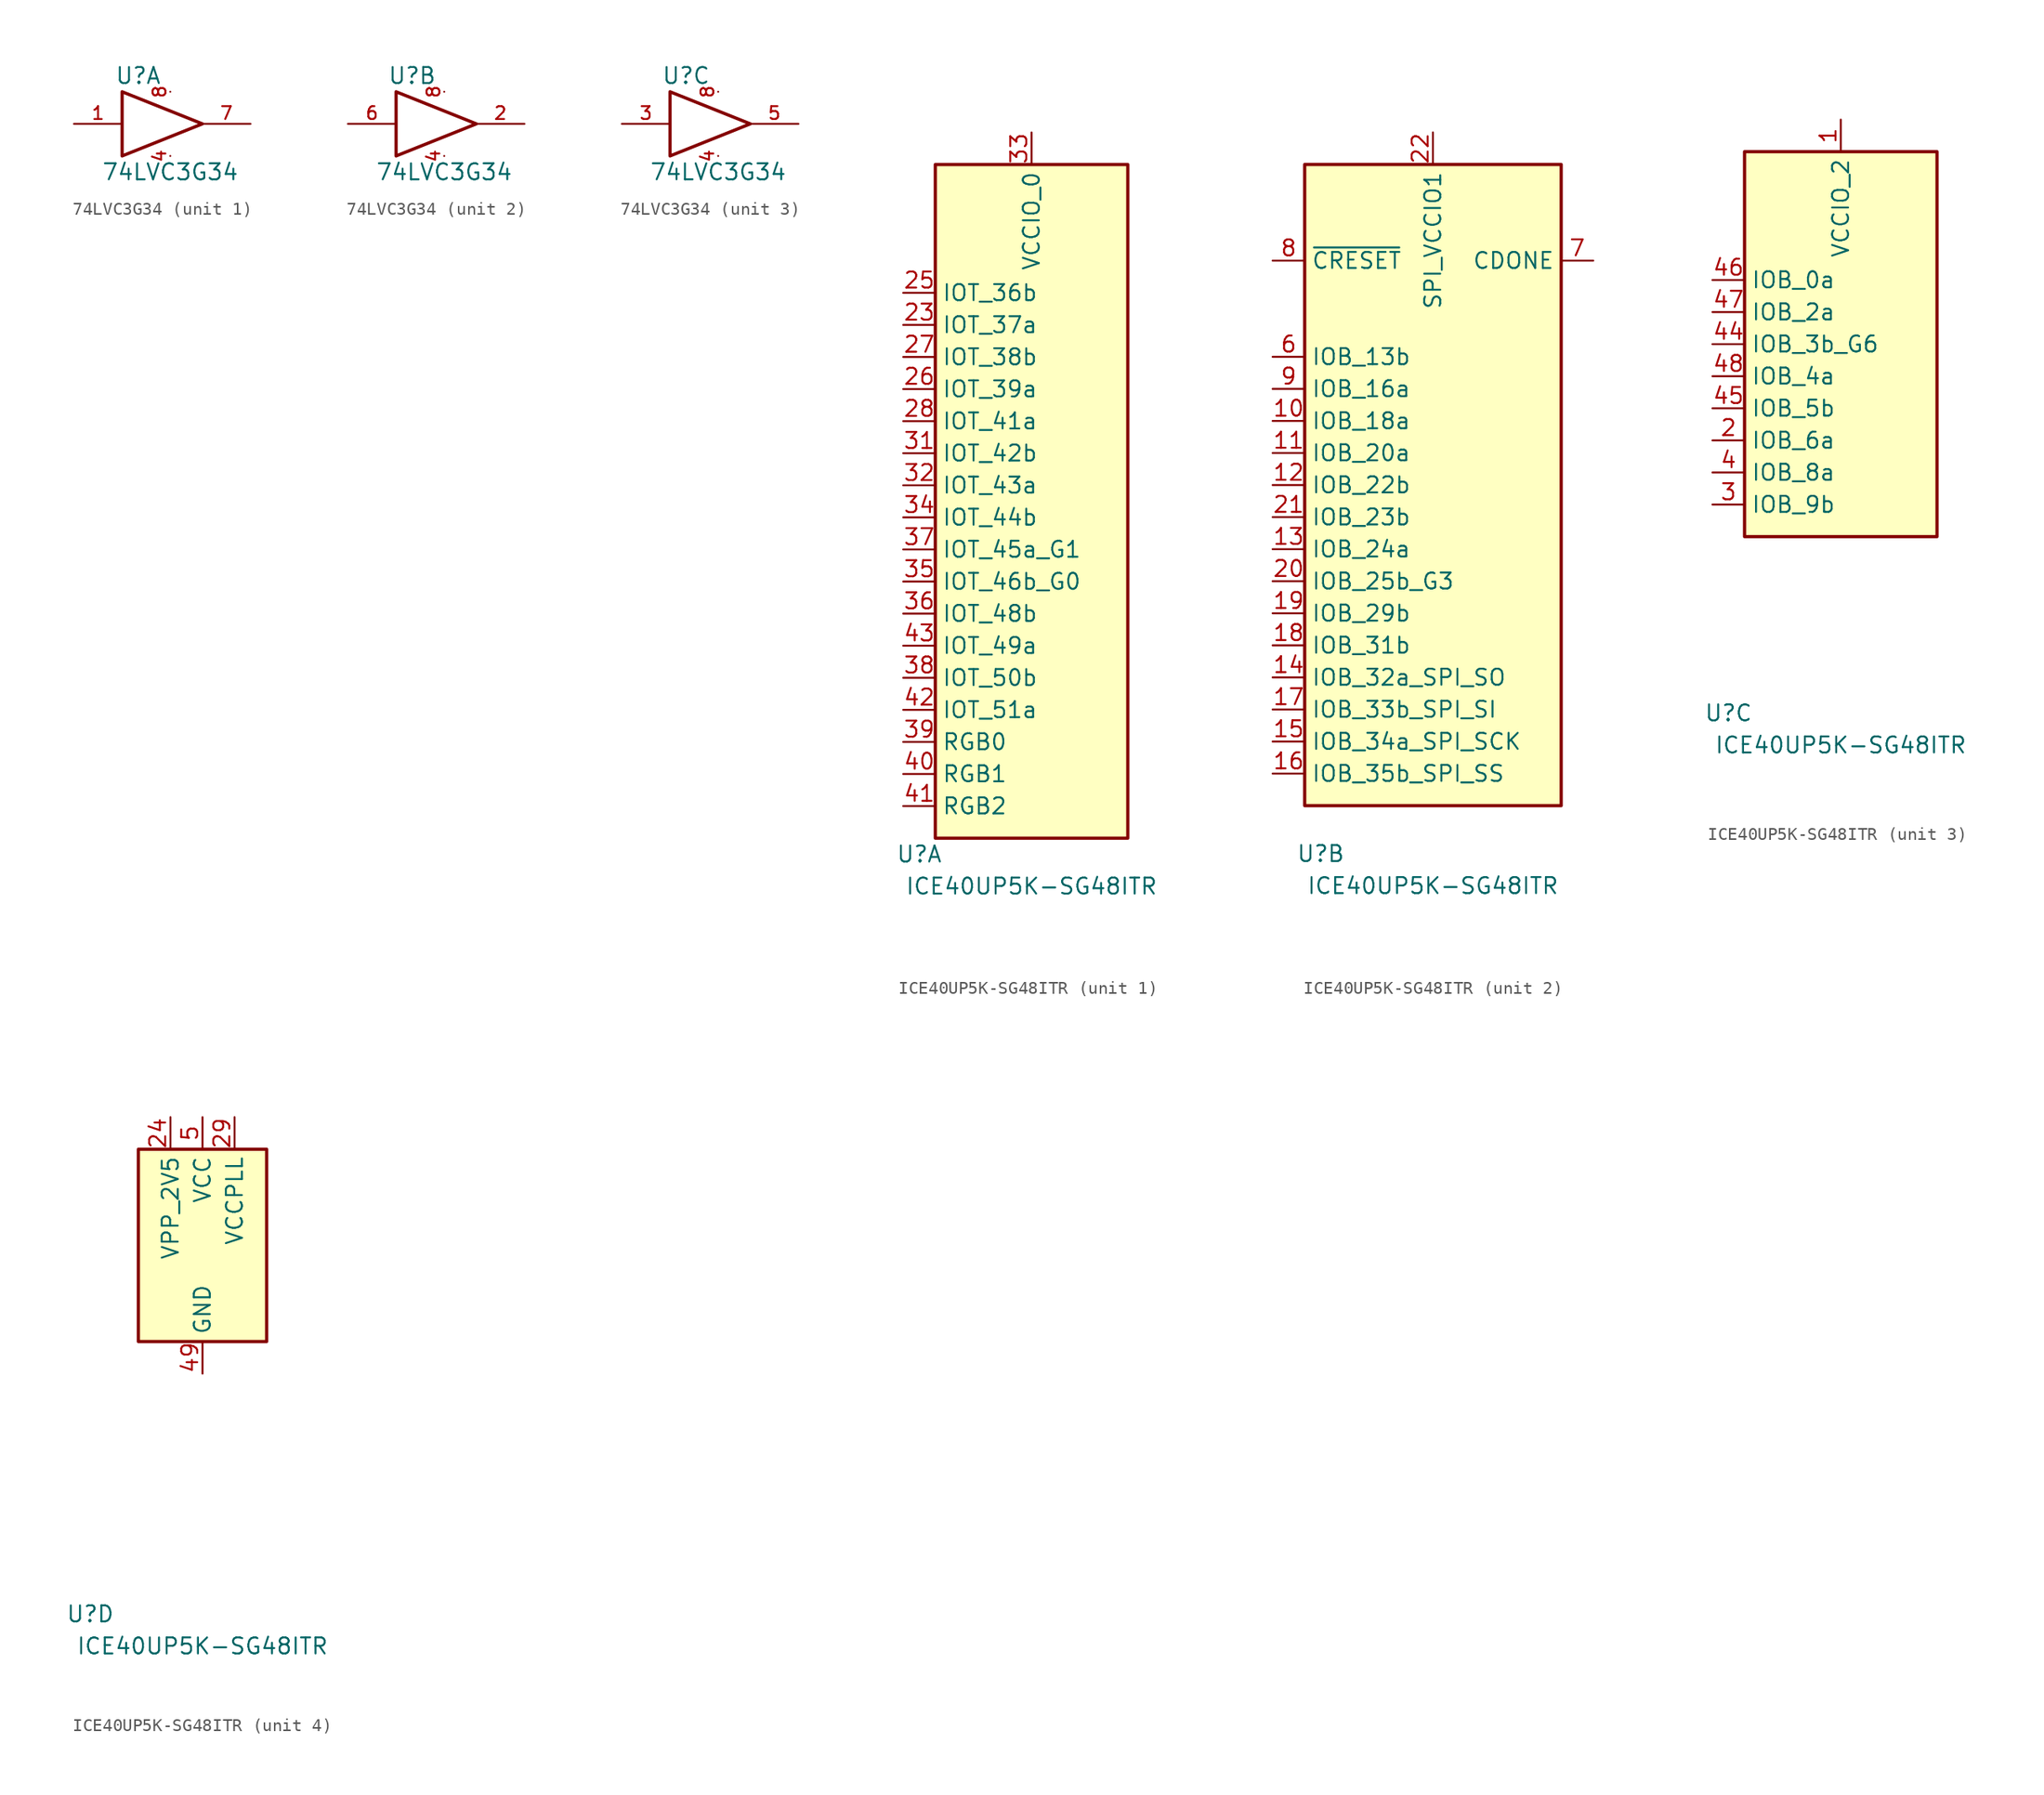
<source format=kicad_sym>
(kicad_symbol_lib
  (version 20211014)
  (generator kicad_symbol_editor)
  (symbol "74LVC3G34"
    (pin_names
      (offset 1.016))
    (property "Reference" "U"
      (at -2.54 3.81 0)
      (effects (font (size 1.27 1.27))))
    (property "Value" "74LVC3G34"
      (at 0 -3.81 0)
      (effects (font (size 1.27 1.27))))
    (symbol "74LVC3G34_0_1"
      (polyline (pts (xy -3.81 2.54) (xy -3.81 -2.54) (xy 2.54 0) (xy -3.81 2.54)) (stroke (width 0.254) (type default) (color 0 0 0 0)) (fill (type none)))
      (pin power_in line (at 0 -2.54 270) (length 0) (name "~" (effects (font (size 1.016 1.016)))) (number "4" (effects (font (size 1.016 1.016)))))
      (pin power_in line (at 0 2.54 90) (length 0) (name "~" (effects (font (size 1.016 1.016)))) (number "8" (effects (font (size 1.016 1.016))))))
    (symbol "74LVC3G34_1_1"
      (pin input line (at -7.62 0 0) (length 3.81) (name "~" (effects (font (size 1.016 1.016)))) (number "1" (effects (font (size 1.016 1.016)))))
      (pin output line (at 6.35 0 180) (length 3.81) (name "~" (effects (font (size 1.016 1.016)))) (number "7" (effects (font (size 1.016 1.016))))))
    (symbol "74LVC3G34_2_1"
      (pin output line (at 6.35 0 180) (length 3.81) (name "~" (effects (font (size 1.016 1.016)))) (number "2" (effects (font (size 1.016 1.016)))))
      (pin input line (at -7.62 0 0) (length 3.81) (name "~" (effects (font (size 1.016 1.016)))) (number "6" (effects (font (size 1.016 1.016))))))
    (symbol "74LVC3G34_3_1"
      (pin input line (at -7.62 0 0) (length 3.81) (name "~" (effects (font (size 1.016 1.016)))) (number "3" (effects (font (size 1.016 1.016)))))
      (pin output line (at 6.35 0 180) (length 3.81) (name "~" (effects (font (size 1.016 1.016)))) (number "5" (effects (font (size 1.016 1.016)))))))
  (symbol "ICE40UP5K-SG48ITR"
    (property "Reference" "U"
      (at -8.89 -29.21 0)
      (effects (font (size 1.27 1.27))))
    (property "Value" "ICE40UP5K-SG48ITR"
      (at 0 -31.75 0)
      (effects (font (size 1.27 1.27))))
    (property "ki_locked" ""
      (at 0 0 0)
      (effects (font (size 1.27 1.27))))
    (symbol "ICE40UP5K-SG48ITR_1_1"
      (rectangle (start -7.62 25.4) (end 7.62 -27.94) (stroke (width 0.254) (type default) (color 0 0 0 0)) (fill (type background)))
      (pin bidirectional line (at -10.16 12.7 0) (length 2.54) (name "IOT_37a" (effects (font (size 1.27 1.27)))) (number "23" (effects (font (size 1.27 1.27)))))
      (pin bidirectional line (at -10.16 15.24 0) (length 2.54) (name "IOT_36b" (effects (font (size 1.27 1.27)))) (number "25" (effects (font (size 1.27 1.27)))))
      (pin bidirectional line (at -10.16 7.62 0) (length 2.54) (name "IOT_39a" (effects (font (size 1.27 1.27)))) (number "26" (effects (font (size 1.27 1.27)))))
      (pin bidirectional line (at -10.16 10.16 0) (length 2.54) (name "IOT_38b" (effects (font (size 1.27 1.27)))) (number "27" (effects (font (size 1.27 1.27)))))
      (pin bidirectional line (at -10.16 5.08 0) (length 2.54) (name "IOT_41a" (effects (font (size 1.27 1.27)))) (number "28" (effects (font (size 1.27 1.27)))))
      (pin bidirectional line (at -10.16 2.54 0) (length 2.54) (name "IOT_42b" (effects (font (size 1.27 1.27)))) (number "31" (effects (font (size 1.27 1.27)))))
      (pin bidirectional line (at -10.16 0 0) (length 2.54) (name "IOT_43a" (effects (font (size 1.27 1.27)))) (number "32" (effects (font (size 1.27 1.27)))))
      (pin power_in line (at 0 27.94 270) (length 2.54) (name "VCCIO_0" (effects (font (size 1.27 1.27)))) (number "33" (effects (font (size 1.27 1.27)))))
      (pin bidirectional line (at -10.16 -2.54 0) (length 2.54) (name "IOT_44b" (effects (font (size 1.27 1.27)))) (number "34" (effects (font (size 1.27 1.27)))))
      (pin bidirectional line (at -10.16 -7.62 0) (length 2.54) (name "IOT_46b_G0" (effects (font (size 1.27 1.27)))) (number "35" (effects (font (size 1.27 1.27)))))
      (pin bidirectional line (at -10.16 -10.16 0) (length 2.54) (name "IOT_48b" (effects (font (size 1.27 1.27)))) (number "36" (effects (font (size 1.27 1.27)))))
      (pin bidirectional line (at -10.16 -5.08 0) (length 2.54) (name "IOT_45a_G1" (effects (font (size 1.27 1.27)))) (number "37" (effects (font (size 1.27 1.27)))))
      (pin bidirectional line (at -10.16 -15.24 0) (length 2.54) (name "IOT_50b" (effects (font (size 1.27 1.27)))) (number "38" (effects (font (size 1.27 1.27)))))
      (pin open_collector line (at -10.16 -20.32 0) (length 2.54) (name "RGB0" (effects (font (size 1.27 1.27)))) (number "39" (effects (font (size 1.27 1.27)))))
      (pin open_collector line (at -10.16 -22.86 0) (length 2.54) (name "RGB1" (effects (font (size 1.27 1.27)))) (number "40" (effects (font (size 1.27 1.27)))))
      (pin open_collector line (at -10.16 -25.4 0) (length 2.54) (name "RGB2" (effects (font (size 1.27 1.27)))) (number "41" (effects (font (size 1.27 1.27)))))
      (pin bidirectional line (at -10.16 -17.78 0) (length 2.54) (name "IOT_51a" (effects (font (size 1.27 1.27)))) (number "42" (effects (font (size 1.27 1.27)))))
      (pin bidirectional line (at -10.16 -12.7 0) (length 2.54) (name "IOT_49a" (effects (font (size 1.27 1.27)))) (number "43" (effects (font (size 1.27 1.27))))))
    (symbol "ICE40UP5K-SG48ITR_2_1"
      (rectangle (start -10.16 25.4) (end 10.16 -25.4) (stroke (width 0.254) (type default) (color 0 0 0 0)) (fill (type background)))
      (pin bidirectional line (at -12.7 5.08 0) (length 2.54) (name "IOB_18a" (effects (font (size 1.27 1.27)))) (number "10" (effects (font (size 1.27 1.27)))))
      (pin bidirectional line (at -12.7 2.54 0) (length 2.54) (name "IOB_20a" (effects (font (size 1.27 1.27)))) (number "11" (effects (font (size 1.27 1.27)))))
      (pin bidirectional line (at -12.7 0 0) (length 2.54) (name "IOB_22b" (effects (font (size 1.27 1.27)))) (number "12" (effects (font (size 1.27 1.27)))))
      (pin bidirectional line (at -12.7 -5.08 0) (length 2.54) (name "IOB_24a" (effects (font (size 1.27 1.27)))) (number "13" (effects (font (size 1.27 1.27)))))
      (pin bidirectional line (at -12.7 -15.24 0) (length 2.54) (name "IOB_32a_SPI_SO" (effects (font (size 1.27 1.27)))) (number "14" (effects (font (size 1.27 1.27)))))
      (pin bidirectional line (at -12.7 -20.32 0) (length 2.54) (name "IOB_34a_SPI_SCK" (effects (font (size 1.27 1.27)))) (number "15" (effects (font (size 1.27 1.27)))))
      (pin bidirectional line (at -12.7 -22.86 0) (length 2.54) (name "IOB_35b_SPI_SS" (effects (font (size 1.27 1.27)))) (number "16" (effects (font (size 1.27 1.27)))))
      (pin bidirectional line (at -12.7 -17.78 0) (length 2.54) (name "IOB_33b_SPI_SI" (effects (font (size 1.27 1.27)))) (number "17" (effects (font (size 1.27 1.27)))))
      (pin bidirectional line (at -12.7 -12.7 0) (length 2.54) (name "IOB_31b" (effects (font (size 1.27 1.27)))) (number "18" (effects (font (size 1.27 1.27)))))
      (pin bidirectional line (at -12.7 -10.16 0) (length 2.54) (name "IOB_29b" (effects (font (size 1.27 1.27)))) (number "19" (effects (font (size 1.27 1.27)))))
      (pin bidirectional line (at -12.7 -7.62 0) (length 2.54) (name "IOB_25b_G3" (effects (font (size 1.27 1.27)))) (number "20" (effects (font (size 1.27 1.27)))))
      (pin bidirectional line (at -12.7 -2.54 0) (length 2.54) (name "IOB_23b" (effects (font (size 1.27 1.27)))) (number "21" (effects (font (size 1.27 1.27)))))
      (pin power_in line (at 0 27.94 270) (length 2.54) (name "SPI_VCCIO1" (effects (font (size 1.27 1.27)))) (number "22" (effects (font (size 1.27 1.27)))))
      (pin bidirectional line (at -12.7 10.16 0) (length 2.54) (name "IOB_13b" (effects (font (size 1.27 1.27)))) (number "6" (effects (font (size 1.27 1.27)))))
      (pin open_collector line (at 12.7 17.78 180) (length 2.54) (name "CDONE" (effects (font (size 1.27 1.27)))) (number "7" (effects (font (size 1.27 1.27)))))
      (pin input line (at -12.7 17.78 0) (length 2.54) (name "~{CRESET}" (effects (font (size 1.27 1.27)))) (number "8" (effects (font (size 1.27 1.27)))))
      (pin bidirectional line (at -12.7 7.62 0) (length 2.54) (name "IOB_16a" (effects (font (size 1.27 1.27)))) (number "9" (effects (font (size 1.27 1.27))))))
    (symbol "ICE40UP5K-SG48ITR_3_1"
      (rectangle (start -7.62 15.24) (end 7.62 -15.24) (stroke (width 0.254) (type default) (color 0 0 0 0)) (fill (type background)))
      (pin power_in line (at 0 17.78 270) (length 2.54) (name "VCCIO_2" (effects (font (size 1.27 1.27)))) (number "1" (effects (font (size 1.27 1.27)))))
      (pin bidirectional line (at -10.16 -7.62 0) (length 2.54) (name "IOB_6a" (effects (font (size 1.27 1.27)))) (number "2" (effects (font (size 1.27 1.27)))))
      (pin bidirectional line (at -10.16 -12.7 0) (length 2.54) (name "IOB_9b" (effects (font (size 1.27 1.27)))) (number "3" (effects (font (size 1.27 1.27)))))
      (pin bidirectional line (at -10.16 -10.16 0) (length 2.54) (name "IOB_8a" (effects (font (size 1.27 1.27)))) (number "4" (effects (font (size 1.27 1.27)))))
      (pin bidirectional line (at -10.16 0 0) (length 2.54) (name "IOB_3b_G6" (effects (font (size 1.27 1.27)))) (number "44" (effects (font (size 1.27 1.27)))))
      (pin bidirectional line (at -10.16 -5.08 0) (length 2.54) (name "IOB_5b" (effects (font (size 1.27 1.27)))) (number "45" (effects (font (size 1.27 1.27)))))
      (pin bidirectional line (at -10.16 5.08 0) (length 2.54) (name "IOB_0a" (effects (font (size 1.27 1.27)))) (number "46" (effects (font (size 1.27 1.27)))))
      (pin bidirectional line (at -10.16 2.54 0) (length 2.54) (name "IOB_2a" (effects (font (size 1.27 1.27)))) (number "47" (effects (font (size 1.27 1.27)))))
      (pin bidirectional line (at -10.16 -2.54 0) (length 2.54) (name "IOB_4a" (effects (font (size 1.27 1.27)))) (number "48" (effects (font (size 1.27 1.27))))))
    (symbol "ICE40UP5K-SG48ITR_4_1"
      (rectangle (start -5.08 7.62) (end 5.08 -7.62) (stroke (width 0.254) (type default) (color 0 0 0 0)) (fill (type background)))
      (pin power_in line (at -2.54 10.16 270) (length 2.54) (name "VPP_2V5" (effects (font (size 1.27 1.27)))) (number "24" (effects (font (size 1.27 1.27)))))
      (pin power_out line (at 2.54 10.16 270) (length 2.54) (name "VCCPLL" (effects (font (size 1.27 1.27)))) (number "29" (effects (font (size 1.27 1.27)))))
      (pin passive line (at -5.08 10.16 270) (length 2.54) hide (name "VCC" (effects (font (size 1.27 1.27)))) (number "30" (effects (font (size 1.27 1.27)))))
      (pin power_in line (at 0 -10.16 90) (length 2.54) (name "GND" (effects (font (size 1.27 1.27)))) (number "49" (effects (font (size 1.27 1.27)))))
      (pin power_in line (at 0 10.16 270) (length 2.54) (name "VCC" (effects (font (size 1.27 1.27)))) (number "5" (effects (font (size 1.27 1.27))))))))
</source>
